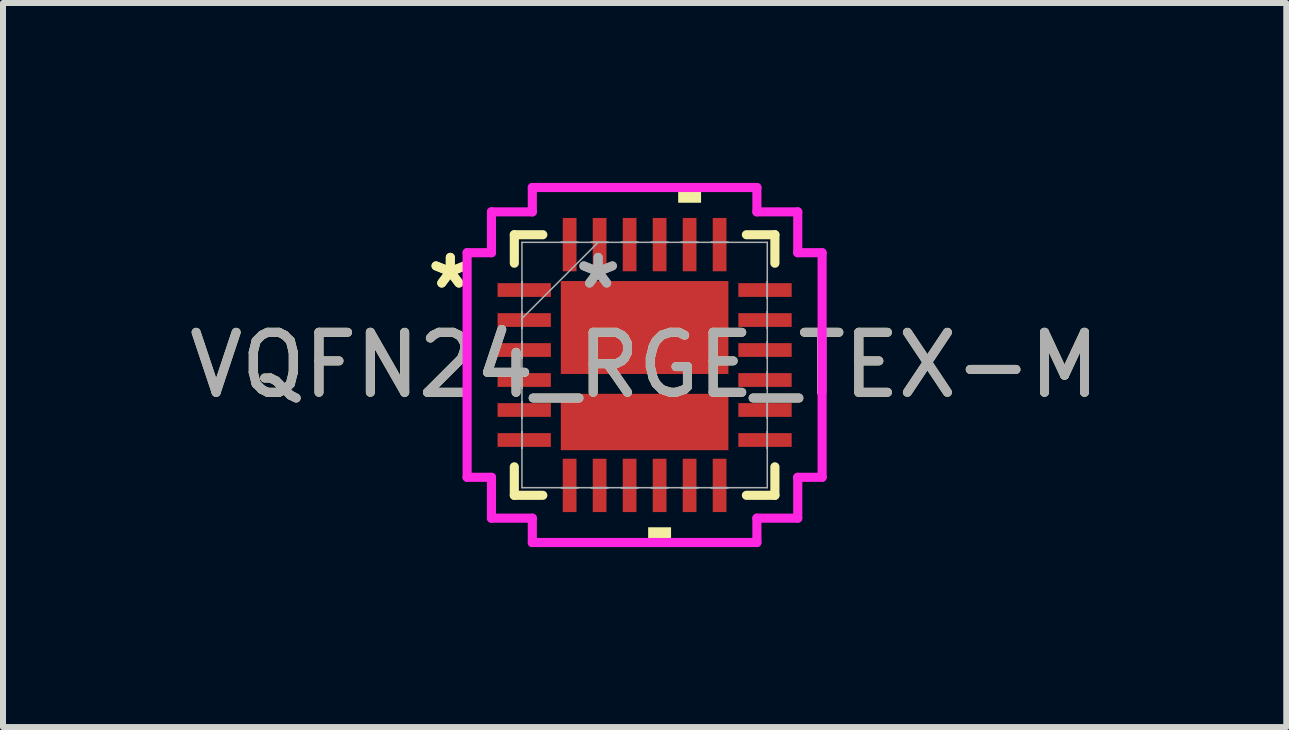
<source format=kicad_pcb>
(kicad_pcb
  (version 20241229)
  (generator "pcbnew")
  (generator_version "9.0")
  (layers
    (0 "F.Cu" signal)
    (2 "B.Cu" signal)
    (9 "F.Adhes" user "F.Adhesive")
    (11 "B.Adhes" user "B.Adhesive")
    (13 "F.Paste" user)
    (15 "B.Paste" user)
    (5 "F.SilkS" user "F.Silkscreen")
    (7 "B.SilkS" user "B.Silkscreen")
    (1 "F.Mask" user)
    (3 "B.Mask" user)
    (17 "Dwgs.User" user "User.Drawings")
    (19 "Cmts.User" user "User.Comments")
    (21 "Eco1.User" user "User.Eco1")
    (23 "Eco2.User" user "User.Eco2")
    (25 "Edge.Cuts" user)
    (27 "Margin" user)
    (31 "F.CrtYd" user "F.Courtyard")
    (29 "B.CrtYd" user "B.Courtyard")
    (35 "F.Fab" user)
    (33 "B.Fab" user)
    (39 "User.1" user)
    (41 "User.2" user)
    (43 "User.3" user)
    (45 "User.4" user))
  (footprint "VQFN24_RGE_TEX-M"
    (layer "F.Cu")
    (at 7.696 3.035)
    (property "Reference" "VQFN24_RGE_TEX-M" (at 0 0 0) (unlocked yes) (layer "F.SilkS") (effects (font (size 1 1) (thickness 0.15))))
    (attr smd)
    (fp_line (start -2.172 -2.172) (end -2.172 -1.697) (stroke (width 0.152) (type solid)) (layer "F.SilkS"))
    (fp_line (start -2.172 1.697) (end -2.172 2.172) (stroke (width 0.152) (type solid)) (layer "F.SilkS"))
    (fp_line (start -2.172 2.172) (end -1.697 2.172) (stroke (width 0.152) (type solid)) (layer "F.SilkS"))
    (fp_line (start -1.697 -2.172) (end -2.172 -2.172) (stroke (width 0.152) (type solid)) (layer "F.SilkS"))
    (fp_line (start 1.697 2.172) (end 2.172 2.172) (stroke (width 0.152) (type solid)) (layer "F.SilkS"))
    (fp_line (start 2.172 -2.172) (end 1.697 -2.172) (stroke (width 0.152) (type solid)) (layer "F.SilkS"))
    (fp_line (start 2.172 -1.697) (end 2.172 -2.172) (stroke (width 0.152) (type solid)) (layer "F.SilkS"))
    (fp_line (start 2.172 2.172) (end 2.172 1.697) (stroke (width 0.152) (type solid)) (layer "F.SilkS"))
    (fp_poly (pts (xy 0.059 2.705) (xy 0.059 2.959) (xy 0.441 2.959) (xy 0.441 2.705)) (stroke (width 0) (type solid)) (fill yes) (layer "F.SilkS"))
    (fp_poly (pts (xy 0.56 -2.705) (xy 0.56 -2.959) (xy 0.941 -2.959) (xy 0.941 -2.705)) (stroke (width 0) (type solid)) (fill yes) (layer "F.SilkS"))
    (fp_line (start -2.959 -1.872) (end -2.553 -1.872) (stroke (width 0.152) (type solid)) (layer "F.CrtYd"))
    (fp_line (start -2.959 1.872) (end -2.959 -1.872) (stroke (width 0.152) (type solid)) (layer "F.CrtYd"))
    (fp_line (start -2.553 -2.553) (end -1.872 -2.553) (stroke (width 0.152) (type solid)) (layer "F.CrtYd"))
    (fp_line (start -2.553 -1.872) (end -2.553 -2.553) (stroke (width 0.152) (type solid)) (layer "F.CrtYd"))
    (fp_line (start -2.553 1.872) (end -2.959 1.872) (stroke (width 0.152) (type solid)) (layer "F.CrtYd"))
    (fp_line (start -2.553 2.553) (end -2.553 1.872) (stroke (width 0.152) (type solid)) (layer "F.CrtYd"))
    (fp_line (start -1.872 -2.959) (end 1.872 -2.959) (stroke (width 0.152) (type solid)) (layer "F.CrtYd"))
    (fp_line (start -1.872 -2.553) (end -1.872 -2.959) (stroke (width 0.152) (type solid)) (layer "F.CrtYd"))
    (fp_line (start -1.872 2.553) (end -2.553 2.553) (stroke (width 0.152) (type solid)) (layer "F.CrtYd"))
    (fp_line (start -1.872 2.959) (end -1.872 2.553) (stroke (width 0.152) (type solid)) (layer "F.CrtYd"))
    (fp_line (start 1.872 -2.959) (end 1.872 -2.553) (stroke (width 0.152) (type solid)) (layer "F.CrtYd"))
    (fp_line (start 1.872 -2.553) (end 2.553 -2.553) (stroke (width 0.152) (type solid)) (layer "F.CrtYd"))
    (fp_line (start 1.872 2.553) (end 1.872 2.959) (stroke (width 0.152) (type solid)) (layer "F.CrtYd"))
    (fp_line (start 1.872 2.959) (end -1.872 2.959) (stroke (width 0.152) (type solid)) (layer "F.CrtYd"))
    (fp_line (start 2.553 -2.553) (end 2.553 -1.872) (stroke (width 0.152) (type solid)) (layer "F.CrtYd"))
    (fp_line (start 2.553 -1.872) (end 2.959 -1.872) (stroke (width 0.152) (type solid)) (layer "F.CrtYd"))
    (fp_line (start 2.553 1.872) (end 2.553 2.553) (stroke (width 0.152) (type solid)) (layer "F.CrtYd"))
    (fp_line (start 2.553 2.553) (end 1.872 2.553) (stroke (width 0.152) (type solid)) (layer "F.CrtYd"))
    (fp_line (start 2.959 -1.872) (end 2.959 1.872) (stroke (width 0.152) (type solid)) (layer "F.CrtYd"))
    (fp_line (start 2.959 1.872) (end 2.553 1.872) (stroke (width 0.152) (type solid)) (layer "F.CrtYd"))
    (fp_line (start -2.045 -2.045) (end -2.045 2.045) (stroke (width 0.025) (type solid)) (layer "F.Fab"))
    (fp_line (start -2.045 -1.39) (end -2.045 -1.39) (stroke (width 0.025) (type solid)) (layer "F.Fab"))
    (fp_line (start -2.045 -1.39) (end -2.045 -1.11) (stroke (width 0.025) (type solid)) (layer "F.Fab"))
    (fp_line (start -2.045 -1.11) (end -2.045 -1.39) (stroke (width 0.025) (type solid)) (layer "F.Fab"))
    (fp_line (start -2.045 -1.11) (end -2.045 -1.11) (stroke (width 0.025) (type solid)) (layer "F.Fab"))
    (fp_line (start -2.045 -0.89) (end -2.045 -0.89) (stroke (width 0.025) (type solid)) (layer "F.Fab"))
    (fp_line (start -2.045 -0.89) (end -2.045 -0.61) (stroke (width 0.025) (type solid)) (layer "F.Fab"))
    (fp_line (start -2.045 -0.775) (end -0.775 -2.045) (stroke (width 0.025) (type solid)) (layer "F.Fab"))
    (fp_line (start -2.045 -0.61) (end -2.045 -0.89) (stroke (width 0.025) (type solid)) (layer "F.Fab"))
    (fp_line (start -2.045 -0.61) (end -2.045 -0.61) (stroke (width 0.025) (type solid)) (layer "F.Fab"))
    (fp_line (start -2.045 -0.39) (end -2.045 -0.39) (stroke (width 0.025) (type solid)) (layer "F.Fab"))
    (fp_line (start -2.045 -0.39) (end -2.045 -0.11) (stroke (width 0.025) (type solid)) (layer "F.Fab"))
    (fp_line (start -2.045 -0.11) (end -2.045 -0.39) (stroke (width 0.025) (type solid)) (layer "F.Fab"))
    (fp_line (start -2.045 -0.11) (end -2.045 -0.11) (stroke (width 0.025) (type solid)) (layer "F.Fab"))
    (fp_line (start -2.045 0.11) (end -2.045 0.11) (stroke (width 0.025) (type solid)) (layer "F.Fab"))
    (fp_line (start -2.045 0.11) (end -2.045 0.39) (stroke (width 0.025) (type solid)) (layer "F.Fab"))
    (fp_line (start -2.045 0.39) (end -2.045 0.11) (stroke (width 0.025) (type solid)) (layer "F.Fab"))
    (fp_line (start -2.045 0.39) (end -2.045 0.39) (stroke (width 0.025) (type solid)) (layer "F.Fab"))
    (fp_line (start -2.045 0.61) (end -2.045 0.61) (stroke (width 0.025) (type solid)) (layer "F.Fab"))
    (fp_line (start -2.045 0.61) (end -2.045 0.89) (stroke (width 0.025) (type solid)) (layer "F.Fab"))
    (fp_line (start -2.045 0.89) (end -2.045 0.61) (stroke (width 0.025) (type solid)) (layer "F.Fab"))
    (fp_line (start -2.045 0.89) (end -2.045 0.89) (stroke (width 0.025) (type solid)) (layer "F.Fab"))
    (fp_line (start -2.045 1.11) (end -2.045 1.11) (stroke (width 0.025) (type solid)) (layer "F.Fab"))
    (fp_line (start -2.045 1.11) (end -2.045 1.39) (stroke (width 0.025) (type solid)) (layer "F.Fab"))
    (fp_line (start -2.045 1.39) (end -2.045 1.11) (stroke (width 0.025) (type solid)) (layer "F.Fab"))
    (fp_line (start -2.045 1.39) (end -2.045 1.39) (stroke (width 0.025) (type solid)) (layer "F.Fab"))
    (fp_line (start -2.045 2.045) (end 2.045 2.045) (stroke (width 0.025) (type solid)) (layer "F.Fab"))
    (fp_line (start -1.39 -2.045) (end -1.39 -2.045) (stroke (width 0.025) (type solid)) (layer "F.Fab"))
    (fp_line (start -1.39 -2.045) (end -1.11 -2.045) (stroke (width 0.025) (type solid)) (layer "F.Fab"))
    (fp_line (start -1.39 2.045) (end -1.39 2.045) (stroke (width 0.025) (type solid)) (layer "F.Fab"))
    (fp_line (start -1.39 2.045) (end -1.11 2.045) (stroke (width 0.025) (type solid)) (layer "F.Fab"))
    (fp_line (start -1.11 -2.045) (end -1.39 -2.045) (stroke (width 0.025) (type solid)) (layer "F.Fab"))
    (fp_line (start -1.11 -2.045) (end -1.11 -2.045) (stroke (width 0.025) (type solid)) (layer "F.Fab"))
    (fp_line (start -1.11 2.045) (end -1.39 2.045) (stroke (width 0.025) (type solid)) (layer "F.Fab"))
    (fp_line (start -1.11 2.045) (end -1.11 2.045) (stroke (width 0.025) (type solid)) (layer "F.Fab"))
    (fp_line (start -0.89 -2.045) (end -0.89 -2.045) (stroke (width 0.025) (type solid)) (layer "F.Fab"))
    (fp_line (start -0.89 -2.045) (end -0.61 -2.045) (stroke (width 0.025) (type solid)) (layer "F.Fab"))
    (fp_line (start -0.89 2.045) (end -0.89 2.045) (stroke (width 0.025) (type solid)) (layer "F.Fab"))
    (fp_line (start -0.89 2.045) (end -0.61 2.045) (stroke (width 0.025) (type solid)) (layer "F.Fab"))
    (fp_line (start -0.61 -2.045) (end -0.89 -2.045) (stroke (width 0.025) (type solid)) (layer "F.Fab"))
    (fp_line (start -0.61 -2.045) (end -0.61 -2.045) (stroke (width 0.025) (type solid)) (layer "F.Fab"))
    (fp_line (start -0.61 2.045) (end -0.89 2.045) (stroke (width 0.025) (type solid)) (layer "F.Fab"))
    (fp_line (start -0.61 2.045) (end -0.61 2.045) (stroke (width 0.025) (type solid)) (layer "F.Fab"))
    (fp_line (start -0.39 -2.045) (end -0.39 -2.045) (stroke (width 0.025) (type solid)) (layer "F.Fab"))
    (fp_line (start -0.39 -2.045) (end -0.11 -2.045) (stroke (width 0.025) (type solid)) (layer "F.Fab"))
    (fp_line (start -0.39 2.045) (end -0.39 2.045) (stroke (width 0.025) (type solid)) (layer "F.Fab"))
    (fp_line (start -0.39 2.045) (end -0.11 2.045) (stroke (width 0.025) (type solid)) (layer "F.Fab"))
    (fp_line (start -0.11 -2.045) (end -0.39 -2.045) (stroke (width 0.025) (type solid)) (layer "F.Fab"))
    (fp_line (start -0.11 -2.045) (end -0.11 -2.045) (stroke (width 0.025) (type solid)) (layer "F.Fab"))
    (fp_line (start -0.11 2.045) (end -0.39 2.045) (stroke (width 0.025) (type solid)) (layer "F.Fab"))
    (fp_line (start -0.11 2.045) (end -0.11 2.045) (stroke (width 0.025) (type solid)) (layer "F.Fab"))
    (fp_line (start 0.11 -2.045) (end 0.11 -2.045) (stroke (width 0.025) (type solid)) (layer "F.Fab"))
    (fp_line (start 0.11 -2.045) (end 0.39 -2.045) (stroke (width 0.025) (type solid)) (layer "F.Fab"))
    (fp_line (start 0.11 2.045) (end 0.11 2.045) (stroke (width 0.025) (type solid)) (layer "F.Fab"))
    (fp_line (start 0.11 2.045) (end 0.39 2.045) (stroke (width 0.025) (type solid)) (layer "F.Fab"))
    (fp_line (start 0.39 -2.045) (end 0.11 -2.045) (stroke (width 0.025) (type solid)) (layer "F.Fab"))
    (fp_line (start 0.39 -2.045) (end 0.39 -2.045) (stroke (width 0.025) (type solid)) (layer "F.Fab"))
    (fp_line (start 0.39 2.045) (end 0.11 2.045) (stroke (width 0.025) (type solid)) (layer "F.Fab"))
    (fp_line (start 0.39 2.045) (end 0.39 2.045) (stroke (width 0.025) (type solid)) (layer "F.Fab"))
    (fp_line (start 0.61 -2.045) (end 0.61 -2.045) (stroke (width 0.025) (type solid)) (layer "F.Fab"))
    (fp_line (start 0.61 -2.045) (end 0.89 -2.045) (stroke (width 0.025) (type solid)) (layer "F.Fab"))
    (fp_line (start 0.61 2.045) (end 0.61 2.045) (stroke (width 0.025) (type solid)) (layer "F.Fab"))
    (fp_line (start 0.61 2.045) (end 0.89 2.045) (stroke (width 0.025) (type solid)) (layer "F.Fab"))
    (fp_line (start 0.89 -2.045) (end 0.61 -2.045) (stroke (width 0.025) (type solid)) (layer "F.Fab"))
    (fp_line (start 0.89 -2.045) (end 0.89 -2.045) (stroke (width 0.025) (type solid)) (layer "F.Fab"))
    (fp_line (start 0.89 2.045) (end 0.61 2.045) (stroke (width 0.025) (type solid)) (layer "F.Fab"))
    (fp_line (start 0.89 2.045) (end 0.89 2.045) (stroke (width 0.025) (type solid)) (layer "F.Fab"))
    (fp_line (start 1.11 -2.045) (end 1.11 -2.045) (stroke (width 0.025) (type solid)) (layer "F.Fab"))
    (fp_line (start 1.11 -2.045) (end 1.39 -2.045) (stroke (width 0.025) (type solid)) (layer "F.Fab"))
    (fp_line (start 1.11 2.045) (end 1.11 2.045) (stroke (width 0.025) (type solid)) (layer "F.Fab"))
    (fp_line (start 1.11 2.045) (end 1.39 2.045) (stroke (width 0.025) (type solid)) (layer "F.Fab"))
    (fp_line (start 1.39 -2.045) (end 1.11 -2.045) (stroke (width 0.025) (type solid)) (layer "F.Fab"))
    (fp_line (start 1.39 -2.045) (end 1.39 -2.045) (stroke (width 0.025) (type solid)) (layer "F.Fab"))
    (fp_line (start 1.39 2.045) (end 1.11 2.045) (stroke (width 0.025) (type solid)) (layer "F.Fab"))
    (fp_line (start 1.39 2.045) (end 1.39 2.045) (stroke (width 0.025) (type solid)) (layer "F.Fab"))
    (fp_line (start 2.045 -2.045) (end -2.045 -2.045) (stroke (width 0.025) (type solid)) (layer "F.Fab"))
    (fp_line (start 2.045 -1.39) (end 2.045 -1.39) (stroke (width 0.025) (type solid)) (layer "F.Fab"))
    (fp_line (start 2.045 -1.39) (end 2.045 -1.11) (stroke (width 0.025) (type solid)) (layer "F.Fab"))
    (fp_line (start 2.045 -1.11) (end 2.045 -1.39) (stroke (width 0.025) (type solid)) (layer "F.Fab"))
    (fp_line (start 2.045 -1.11) (end 2.045 -1.11) (stroke (width 0.025) (type solid)) (layer "F.Fab"))
    (fp_line (start 2.045 -0.89) (end 2.045 -0.89) (stroke (width 0.025) (type solid)) (layer "F.Fab"))
    (fp_line (start 2.045 -0.89) (end 2.045 -0.61) (stroke (width 0.025) (type solid)) (layer "F.Fab"))
    (fp_line (start 2.045 -0.61) (end 2.045 -0.89) (stroke (width 0.025) (type solid)) (layer "F.Fab"))
    (fp_line (start 2.045 -0.61) (end 2.045 -0.61) (stroke (width 0.025) (type solid)) (layer "F.Fab"))
    (fp_line (start 2.045 -0.39) (end 2.045 -0.39) (stroke (width 0.025) (type solid)) (layer "F.Fab"))
    (fp_line (start 2.045 -0.39) (end 2.045 -0.11) (stroke (width 0.025) (type solid)) (layer "F.Fab"))
    (fp_line (start 2.045 -0.11) (end 2.045 -0.39) (stroke (width 0.025) (type solid)) (layer "F.Fab"))
    (fp_line (start 2.045 -0.11) (end 2.045 -0.11) (stroke (width 0.025) (type solid)) (layer "F.Fab"))
    (fp_line (start 2.045 0.11) (end 2.045 0.11) (stroke (width 0.025) (type solid)) (layer "F.Fab"))
    (fp_line (start 2.045 0.11) (end 2.045 0.39) (stroke (width 0.025) (type solid)) (layer "F.Fab"))
    (fp_line (start 2.045 0.39) (end 2.045 0.11) (stroke (width 0.025) (type solid)) (layer "F.Fab"))
    (fp_line (start 2.045 0.39) (end 2.045 0.39) (stroke (width 0.025) (type solid)) (layer "F.Fab"))
    (fp_line (start 2.045 0.61) (end 2.045 0.61) (stroke (width 0.025) (type solid)) (layer "F.Fab"))
    (fp_line (start 2.045 0.61) (end 2.045 0.89) (stroke (width 0.025) (type solid)) (layer "F.Fab"))
    (fp_line (start 2.045 0.89) (end 2.045 0.61) (stroke (width 0.025) (type solid)) (layer "F.Fab"))
    (fp_line (start 2.045 0.89) (end 2.045 0.89) (stroke (width 0.025) (type solid)) (layer "F.Fab"))
    (fp_line (start 2.045 1.11) (end 2.045 1.11) (stroke (width 0.025) (type solid)) (layer "F.Fab"))
    (fp_line (start 2.045 1.11) (end 2.045 1.39) (stroke (width 0.025) (type solid)) (layer "F.Fab"))
    (fp_line (start 2.045 1.39) (end 2.045 1.11) (stroke (width 0.025) (type solid)) (layer "F.Fab"))
    (fp_line (start 2.045 1.39) (end 2.045 1.39) (stroke (width 0.025) (type solid)) (layer "F.Fab"))
    (fp_line (start 2.045 2.045) (end 2.045 -2.045) (stroke (width 0.025) (type solid)) (layer "F.Fab"))
    (fp_text user "*" (at -3.239 -1.25 0) (unlocked yes) (layer "F.SilkS") (effects (font (size 1 1) (thickness 0.15))))
    (fp_text user "*" (at -3.239 -1.25 0) (layer "F.SilkS") (effects (font (size 1 1) (thickness 0.15))))
    (fp_text user "${REFERENCE}" (at 0 0 0) (unlocked yes) (layer "F.Fab") (effects (font (size 1 1) (thickness 0.15))))
    (fp_text user "*" (at -0.775 -1.25 0) (layer "F.Fab") (effects (font (size 1 1) (thickness 0.15))))
    (fp_text user "*" (at -0.775 -1.25 0) (unlocked yes) (layer "F.Fab") (effects (font (size 1 1) (thickness 0.15))))
    (pad "1" smd rect (at -2.007 -1.25 90) (size 0.229 0.889) (layers "F.Cu" "F.Mask" "F.Paste"))
    (pad "2" smd rect (at -2.007 -0.75 90) (size 0.229 0.889) (layers "F.Cu" "F.Mask" "F.Paste"))
    (pad "3" smd rect (at -2.007 -0.25 90) (size 0.229 0.889) (layers "F.Cu" "F.Mask" "F.Paste"))
    (pad "4" smd rect (at -2.007 0.25 90) (size 0.229 0.889) (layers "F.Cu" "F.Mask" "F.Paste"))
    (pad "5" smd rect (at -2.007 0.75 90) (size 0.229 0.889) (layers "F.Cu" "F.Mask" "F.Paste"))
    (pad "6" smd rect (at -2.007 1.25 90) (size 0.229 0.889) (layers "F.Cu" "F.Mask" "F.Paste"))
    (pad "7" smd rect (at -1.25 2.007) (size 0.229 0.889) (layers "F.Cu" "F.Mask" "F.Paste"))
    (pad "8" smd rect (at -0.75 2.007) (size 0.229 0.889) (layers "F.Cu" "F.Mask" "F.Paste"))
    (pad "9" smd rect (at -0.25 2.007) (size 0.229 0.889) (layers "F.Cu" "F.Mask" "F.Paste"))
    (pad "10" smd rect (at 0.25 2.007) (size 0.229 0.889) (layers "F.Cu" "F.Mask" "F.Paste"))
    (pad "11" smd rect (at 0.75 2.007) (size 0.229 0.889) (layers "F.Cu" "F.Mask" "F.Paste"))
    (pad "12" smd rect (at 1.25 2.007) (size 0.229 0.889) (layers "F.Cu" "F.Mask" "F.Paste"))
    (pad "13" smd rect (at 2.007 1.25 90) (size 0.229 0.889) (layers "F.Cu" "F.Mask" "F.Paste"))
    (pad "14" smd rect (at 2.007 0.75 90) (size 0.229 0.889) (layers "F.Cu" "F.Mask" "F.Paste"))
    (pad "15" smd rect (at 2.007 0.25 90) (size 0.229 0.889) (layers "F.Cu" "F.Mask" "F.Paste"))
    (pad "16" smd rect (at 2.007 -0.25 90) (size 0.229 0.889) (layers "F.Cu" "F.Mask" "F.Paste"))
    (pad "17" smd rect (at 2.007 -0.75 90) (size 0.229 0.889) (layers "F.Cu" "F.Mask" "F.Paste"))
    (pad "18" smd rect (at 2.007 -1.25 90) (size 0.229 0.889) (layers "F.Cu" "F.Mask" "F.Paste"))
    (pad "19" smd rect (at 1.25 -2.007) (size 0.229 0.889) (layers "F.Cu" "F.Mask" "F.Paste"))
    (pad "20" smd rect (at 0.75 -2.007) (size 0.229 0.889) (layers "F.Cu" "F.Mask" "F.Paste"))
    (pad "21" smd rect (at 0.25 -2.007) (size 0.229 0.889) (layers "F.Cu" "F.Mask" "F.Paste"))
    (pad "22" smd rect (at -0.25 -2.007) (size 0.229 0.889) (layers "F.Cu" "F.Mask" "F.Paste"))
    (pad "23" smd rect (at -0.75 -2.007) (size 0.229 0.889) (layers "F.Cu" "F.Mask" "F.Paste"))
    (pad "24" smd rect (at -1.25 -2.007) (size 0.229 0.889) (layers "F.Cu" "F.Mask" "F.Paste"))
    (pad "25" smd rect (at 0 -0.625) (size 2.794 1.549) (layers "F.Cu" "F.Mask" "F.Paste"))
    (pad "26" smd rect (at 0 0.95) (size 2.794 0.94) (layers "F.Cu" "F.Mask" "F.Paste")))
  (gr_rect
    (start -3 -3)
    (end 18.393 9.071)
    (stroke (width 0.1) (type default))
    (fill no)
    (layer "Edge.Cuts")))
</source>
